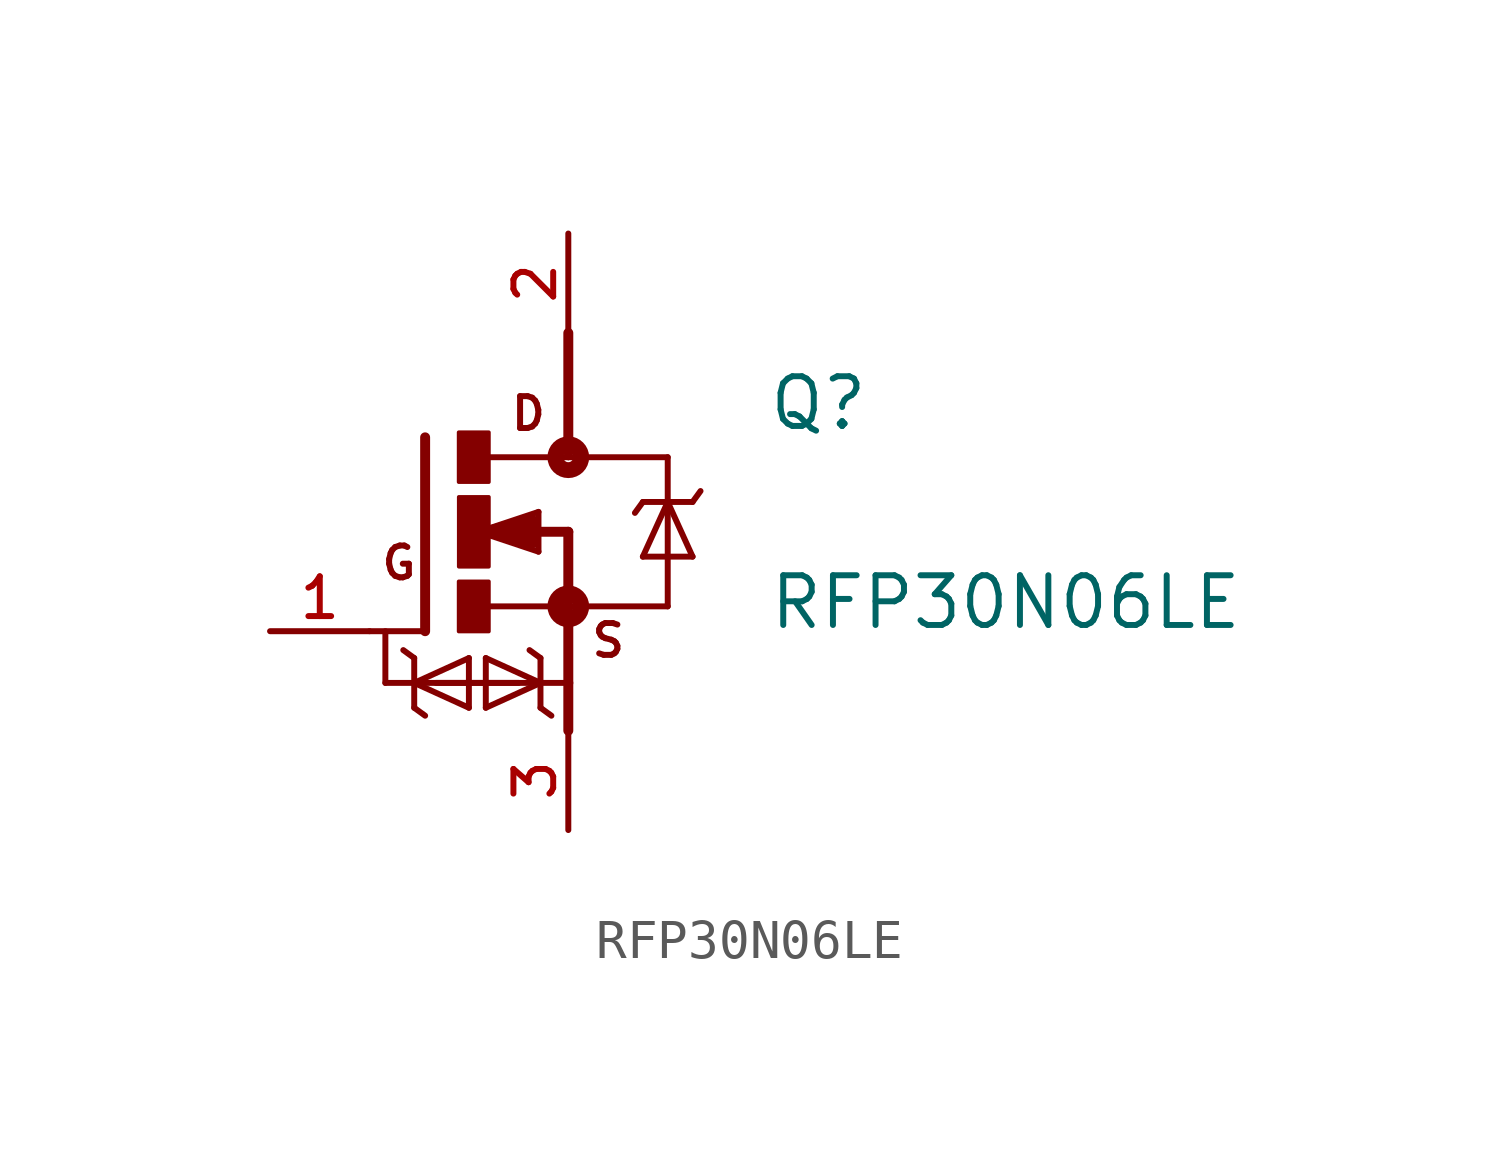
<source format=kicad_sym>
(kicad_symbol_lib
  (version 20211014)
  (generator kicad_symbol_editor)
  (symbol "RFP30N06LE"
    (pin_names
      (offset 1.016))
    (property "Reference" "Q"
      (at 5.082 2.541 0)
      (effects (font (size 1.27 1.27)) (justify bottom left)))
    (property "Value" "RFP30N06LE"
      (at 5.089 -2.544 0)
      (effects (font (size 1.27 1.27)) (justify bottom left)))
    (symbol "RFP30N06LE_0_0"
      (polyline (pts (xy -3.658 2.413) (xy -3.658 -2.54)) (stroke (width 0.254)))
      (polyline (pts (xy -3.658 -2.54) (xy -5.08 -2.54)) (stroke (width 0.152)))
      (polyline (pts (xy 0.0 1.905) (xy -2.007 1.905)) (stroke (width 0.152)))
      (polyline (pts (xy -2.032 -1.905) (xy 0.0 -1.905)) (stroke (width 0.152)))
      (polyline (pts (xy 0.0 2.032) (xy 0.0 1.905)) (stroke (width 0.152)))
      (polyline (pts (xy 0.0 1.905) (xy 2.54 1.905)) (stroke (width 0.152)))
      (polyline (pts (xy 2.54 1.905) (xy 2.54 0.762)) (stroke (width 0.152)))
      (polyline (pts (xy 2.54 0.762) (xy 2.54 -1.905)) (stroke (width 0.152)))
      (polyline (pts (xy 2.54 -1.905) (xy 0.0 -1.905)) (stroke (width 0.152)))
      (polyline (pts (xy 0.0 -1.905) (xy 0.0 -2.032)) (stroke (width 0.152)))
      (polyline (pts (xy 2.54 0.762) (xy 1.905 -0.635)) (stroke (width 0.152)))
      (polyline (pts (xy 1.905 -0.635) (xy 3.175 -0.635)) (stroke (width 0.152)))
      (polyline (pts (xy 3.175 -0.635) (xy 2.54 0.762)) (stroke (width 0.152)))
      (polyline (pts (xy 1.905 0.762) (xy 2.54 0.762)) (stroke (width 0.152)))
      (polyline (pts (xy 2.54 0.762) (xy 3.175 0.762)) (stroke (width 0.152)))
      (polyline (pts (xy -2.286 0.0) (xy -0.762 -0.508)) (stroke (width 0.152)))
      (polyline (pts (xy -0.762 -0.508) (xy -0.762 0.0)) (stroke (width 0.152)))
      (polyline (pts (xy -0.762 0.0) (xy -0.762 0.508)) (stroke (width 0.152)))
      (polyline (pts (xy -0.762 0.508) (xy -2.286 0.0)) (stroke (width 0.152)))
      (polyline (pts (xy -0.889 0.254) (xy -2.286 0.0)) (stroke (width 0.152)))
      (polyline (pts (xy -1.143 0.254) (xy -2.032 0.0)) (stroke (width 0.305)))
      (polyline (pts (xy -2.032 0.0) (xy -0.889 -0.254)) (stroke (width 0.305)))
      (polyline (pts (xy -0.889 -0.254) (xy -0.889 0.254)) (stroke (width 0.305)))
      (polyline (pts (xy -0.889 0.254) (xy -1.905 0.0)) (stroke (width 0.305)))
      (circle (center 0.0 -1.905) (radius 0.127) (stroke (width 0.406)) (fill (type none)))
      (circle (center 0.0 1.905) (radius 0.127) (stroke (width 0.406)) (fill (type none)))
      (text "D" (at -1.526 2.544 0) (effects (font (size 0.814 0.814)) (justify bottom left)))
      (text "G" (at -4.833 -1.272 0) (effects (font (size 0.814 0.814)) (justify bottom left)))
      (rectangle (start -2.799 -2.545) (end -2.032 -1.27) (stroke (width 0.1)) (fill (type outline)))
      (rectangle (start -2.799 1.272) (end -2.032 2.54) (stroke (width 0.1)) (fill (type outline)))
      (rectangle (start -2.796 -0.89) (end -2.032 0.889) (stroke (width 0.1)) (fill (type outline)))
      (polyline (pts (xy -0.762 0.0) (xy -1.905 0.0)) (stroke (width 0.254)))
      (polyline (pts (xy -1.905 0.0) (xy -2.032 0.0)) (stroke (width 0.254)))
      (polyline (pts (xy -2.032 0.0) (xy -2.286 0.0)) (stroke (width 0.254)))
      (polyline (pts (xy 0.0 5.08) (xy 0.0 2.032)) (stroke (width 0.254)))
      (polyline (pts (xy 0.0 -5.08) (xy 0.0 -3.861)) (stroke (width 0.254)))
      (polyline (pts (xy 0.0 -3.861) (xy 0.0 -2.032)) (stroke (width 0.254)))
      (polyline (pts (xy -0.762 0.0) (xy 0.0 0.0)) (stroke (width 0.254)))
      (polyline (pts (xy 0.0 0.0) (xy 0.0 -1.778)) (stroke (width 0.254)))
      (text "S" (at 0.534 -3.252 0) (effects (font (size 0.813 0.813)) (justify bottom left)))
      (polyline (pts (xy 1.905 0.762) (xy 1.702 0.483)) (stroke (width 0.152)))
      (polyline (pts (xy 3.378 1.041) (xy 3.175 0.762)) (stroke (width 0.152)))
      (polyline (pts (xy -4.674 -3.861) (xy -3.937 -3.861)) (stroke (width 0.152)))
      (polyline (pts (xy -3.937 -3.861) (xy -1.27 -3.861)) (stroke (width 0.152)))
      (polyline (pts (xy -3.937 -3.861) (xy -2.54 -4.496)) (stroke (width 0.152)))
      (polyline (pts (xy -2.54 -4.496) (xy -2.54 -3.226)) (stroke (width 0.152)))
      (polyline (pts (xy -2.54 -3.226) (xy -3.937 -3.861)) (stroke (width 0.152)))
      (polyline (pts (xy -3.937 -4.496) (xy -3.937 -3.861)) (stroke (width 0.152)))
      (polyline (pts (xy -3.937 -3.861) (xy -3.937 -3.226)) (stroke (width 0.152)))
      (polyline (pts (xy -3.937 -4.496) (xy -3.658 -4.699)) (stroke (width 0.152)))
      (polyline (pts (xy -4.216 -3.023) (xy -3.937 -3.226)) (stroke (width 0.152)))
      (polyline (pts (xy 0.0 -3.861) (xy -0.711 -3.861)) (stroke (width 0.152)))
      (polyline (pts (xy -0.711 -3.861) (xy -3.378 -3.861)) (stroke (width 0.152)))
      (polyline (pts (xy -0.711 -3.861) (xy -2.108 -3.226)) (stroke (width 0.152)))
      (polyline (pts (xy -2.108 -3.226) (xy -2.108 -4.496)) (stroke (width 0.152)))
      (polyline (pts (xy -2.108 -4.496) (xy -0.711 -3.861)) (stroke (width 0.152)))
      (polyline (pts (xy -0.711 -3.226) (xy -0.711 -3.861)) (stroke (width 0.152)))
      (polyline (pts (xy -0.711 -3.861) (xy -0.711 -4.496)) (stroke (width 0.152)))
      (polyline (pts (xy -0.711 -3.226) (xy -0.991 -3.023)) (stroke (width 0.152)))
      (polyline (pts (xy -0.432 -4.699) (xy -0.711 -4.496)) (stroke (width 0.152)))
      (polyline (pts (xy -4.674 -2.54) (xy -4.674 -3.861)) (stroke (width 0.152)))
      (pin input line (at -7.62 -2.54 0) (length 2.54) (name "~" (effects (font (size 1.016 1.016)))) (number "1" (effects (font (size 1.016 1.016)))))
      (pin power_in line (at 0.0 7.62 270.0) (length 2.54) (name "~" (effects (font (size 1.016 1.016)))) (number "2" (effects (font (size 1.016 1.016)))))
      (pin power_in line (at 0.0 -7.62 90.0) (length 2.54) (name "~" (effects (font (size 1.016 1.016)))) (number "3" (effects (font (size 1.016 1.016))))))))
</source>
